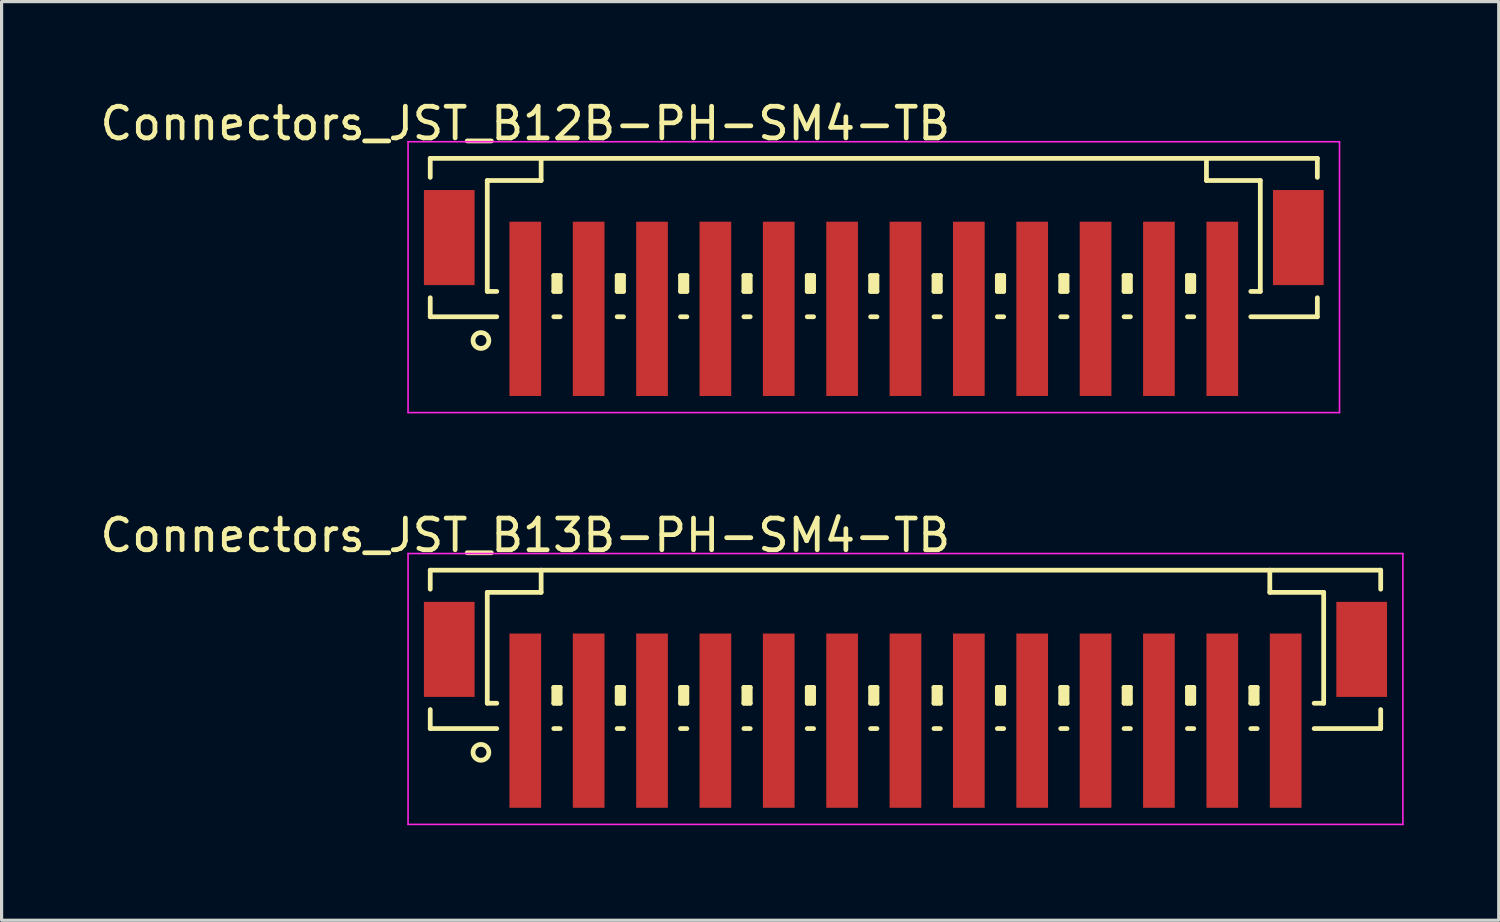
<source format=kicad_pcb>
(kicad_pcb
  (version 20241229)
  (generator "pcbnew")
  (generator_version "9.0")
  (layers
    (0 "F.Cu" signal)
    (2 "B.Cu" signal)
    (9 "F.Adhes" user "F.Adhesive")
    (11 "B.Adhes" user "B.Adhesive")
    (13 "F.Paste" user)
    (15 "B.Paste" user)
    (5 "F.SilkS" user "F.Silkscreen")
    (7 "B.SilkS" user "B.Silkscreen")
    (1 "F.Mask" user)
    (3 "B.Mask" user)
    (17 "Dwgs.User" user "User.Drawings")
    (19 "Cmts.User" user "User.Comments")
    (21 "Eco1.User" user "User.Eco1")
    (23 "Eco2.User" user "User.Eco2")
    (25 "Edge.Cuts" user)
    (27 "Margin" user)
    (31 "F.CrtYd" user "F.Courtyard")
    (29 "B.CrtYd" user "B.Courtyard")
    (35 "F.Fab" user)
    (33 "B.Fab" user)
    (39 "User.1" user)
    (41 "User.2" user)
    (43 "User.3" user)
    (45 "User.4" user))
  (footprint "Connectors_JST_B12B-PH-SM4-TB"
    (layer "F.Cu")
    (at 24.53 5.573)
    (property "Reference" "Connectors_JST_B12B-PH-SM4-TB" (at -11 -4.725 0) (layer "F.SilkS") (effects (font (size 1 1) (thickness 0.15))))
    (attr smd)
    (fp_line (start -14 -3.625) (end 14 -3.625) (stroke (width 0.15) (type solid)) (layer "F.SilkS"))
    (fp_line (start -14 -3.025) (end -14 -3.625) (stroke (width 0.15) (type solid)) (layer "F.SilkS"))
    (fp_line (start -14 0.775) (end -14 1.375) (stroke (width 0.15) (type solid)) (layer "F.SilkS"))
    (fp_line (start -14 1.375) (end -11.9 1.375) (stroke (width 0.15) (type solid)) (layer "F.SilkS"))
    (fp_line (start -12.2 -2.925) (end -12.2 0.575) (stroke (width 0.15) (type solid)) (layer "F.SilkS"))
    (fp_line (start -12.2 0.575) (end -11.9 0.575) (stroke (width 0.15) (type solid)) (layer "F.SilkS"))
    (fp_line (start -10.5 -3.625) (end -10.5 -2.925) (stroke (width 0.15) (type solid)) (layer "F.SilkS"))
    (fp_line (start -10.5 -2.925) (end -12.2 -2.925) (stroke (width 0.15) (type solid)) (layer "F.SilkS"))
    (fp_line (start -10.1 0.075) (end -9.9 0.075) (stroke (width 0.15) (type solid)) (layer "F.SilkS"))
    (fp_line (start -10.1 0.575) (end -10.1 0.075) (stroke (width 0.15) (type solid)) (layer "F.SilkS"))
    (fp_line (start -10.1 0.575) (end -9.9 0.575) (stroke (width 0.15) (type solid)) (layer "F.SilkS"))
    (fp_line (start -10.1 1.375) (end -9.9 1.375) (stroke (width 0.15) (type solid)) (layer "F.SilkS"))
    (fp_line (start -10 0.575) (end -10 0.075) (stroke (width 0.15) (type solid)) (layer "F.SilkS"))
    (fp_line (start -9.9 0.075) (end -9.9 0.575) (stroke (width 0.15) (type solid)) (layer "F.SilkS"))
    (fp_line (start -8.1 0.075) (end -7.9 0.075) (stroke (width 0.15) (type solid)) (layer "F.SilkS"))
    (fp_line (start -8.1 0.575) (end -8.1 0.075) (stroke (width 0.15) (type solid)) (layer "F.SilkS"))
    (fp_line (start -8.1 0.575) (end -7.9 0.575) (stroke (width 0.15) (type solid)) (layer "F.SilkS"))
    (fp_line (start -8.1 1.375) (end -7.9 1.375) (stroke (width 0.15) (type solid)) (layer "F.SilkS"))
    (fp_line (start -8 0.575) (end -8 0.075) (stroke (width 0.15) (type solid)) (layer "F.SilkS"))
    (fp_line (start -7.9 0.075) (end -7.9 0.575) (stroke (width 0.15) (type solid)) (layer "F.SilkS"))
    (fp_line (start -6.1 0.075) (end -5.9 0.075) (stroke (width 0.15) (type solid)) (layer "F.SilkS"))
    (fp_line (start -6.1 0.575) (end -6.1 0.075) (stroke (width 0.15) (type solid)) (layer "F.SilkS"))
    (fp_line (start -6.1 0.575) (end -5.9 0.575) (stroke (width 0.15) (type solid)) (layer "F.SilkS"))
    (fp_line (start -6.1 1.375) (end -5.9 1.375) (stroke (width 0.15) (type solid)) (layer "F.SilkS"))
    (fp_line (start -6 0.575) (end -6 0.075) (stroke (width 0.15) (type solid)) (layer "F.SilkS"))
    (fp_line (start -5.9 0.075) (end -5.9 0.575) (stroke (width 0.15) (type solid)) (layer "F.SilkS"))
    (fp_line (start -4.1 0.075) (end -3.9 0.075) (stroke (width 0.15) (type solid)) (layer "F.SilkS"))
    (fp_line (start -4.1 0.575) (end -4.1 0.075) (stroke (width 0.15) (type solid)) (layer "F.SilkS"))
    (fp_line (start -4.1 0.575) (end -3.9 0.575) (stroke (width 0.15) (type solid)) (layer "F.SilkS"))
    (fp_line (start -4.1 1.375) (end -3.9 1.375) (stroke (width 0.15) (type solid)) (layer "F.SilkS"))
    (fp_line (start -4 0.575) (end -4 0.075) (stroke (width 0.15) (type solid)) (layer "F.SilkS"))
    (fp_line (start -3.9 0.075) (end -3.9 0.575) (stroke (width 0.15) (type solid)) (layer "F.SilkS"))
    (fp_line (start -2.1 0.075) (end -1.9 0.075) (stroke (width 0.15) (type solid)) (layer "F.SilkS"))
    (fp_line (start -2.1 0.575) (end -2.1 0.075) (stroke (width 0.15) (type solid)) (layer "F.SilkS"))
    (fp_line (start -2.1 0.575) (end -1.9 0.575) (stroke (width 0.15) (type solid)) (layer "F.SilkS"))
    (fp_line (start -2.1 1.375) (end -1.9 1.375) (stroke (width 0.15) (type solid)) (layer "F.SilkS"))
    (fp_line (start -2 0.575) (end -2 0.075) (stroke (width 0.15) (type solid)) (layer "F.SilkS"))
    (fp_line (start -1.9 0.075) (end -1.9 0.575) (stroke (width 0.15) (type solid)) (layer "F.SilkS"))
    (fp_line (start -0.1 0.075) (end 0.1 0.075) (stroke (width 0.15) (type solid)) (layer "F.SilkS"))
    (fp_line (start -0.1 0.575) (end -0.1 0.075) (stroke (width 0.15) (type solid)) (layer "F.SilkS"))
    (fp_line (start -0.1 0.575) (end 0.1 0.575) (stroke (width 0.15) (type solid)) (layer "F.SilkS"))
    (fp_line (start -0.1 1.375) (end 0.1 1.375) (stroke (width 0.15) (type solid)) (layer "F.SilkS"))
    (fp_line (start 0 0.575) (end 0 0.075) (stroke (width 0.15) (type solid)) (layer "F.SilkS"))
    (fp_line (start 0.1 0.075) (end 0.1 0.575) (stroke (width 0.15) (type solid)) (layer "F.SilkS"))
    (fp_line (start 1.9 0.075) (end 2.1 0.075) (stroke (width 0.15) (type solid)) (layer "F.SilkS"))
    (fp_line (start 1.9 0.575) (end 1.9 0.075) (stroke (width 0.15) (type solid)) (layer "F.SilkS"))
    (fp_line (start 1.9 0.575) (end 2.1 0.575) (stroke (width 0.15) (type solid)) (layer "F.SilkS"))
    (fp_line (start 1.9 1.375) (end 2.1 1.375) (stroke (width 0.15) (type solid)) (layer "F.SilkS"))
    (fp_line (start 2 0.575) (end 2 0.075) (stroke (width 0.15) (type solid)) (layer "F.SilkS"))
    (fp_line (start 2.1 0.075) (end 2.1 0.575) (stroke (width 0.15) (type solid)) (layer "F.SilkS"))
    (fp_line (start 3.9 0.075) (end 4.1 0.075) (stroke (width 0.15) (type solid)) (layer "F.SilkS"))
    (fp_line (start 3.9 0.575) (end 3.9 0.075) (stroke (width 0.15) (type solid)) (layer "F.SilkS"))
    (fp_line (start 3.9 0.575) (end 4.1 0.575) (stroke (width 0.15) (type solid)) (layer "F.SilkS"))
    (fp_line (start 3.9 1.375) (end 4.1 1.375) (stroke (width 0.15) (type solid)) (layer "F.SilkS"))
    (fp_line (start 4 0.575) (end 4 0.075) (stroke (width 0.15) (type solid)) (layer "F.SilkS"))
    (fp_line (start 4.1 0.075) (end 4.1 0.575) (stroke (width 0.15) (type solid)) (layer "F.SilkS"))
    (fp_line (start 5.9 0.075) (end 6.1 0.075) (stroke (width 0.15) (type solid)) (layer "F.SilkS"))
    (fp_line (start 5.9 0.575) (end 5.9 0.075) (stroke (width 0.15) (type solid)) (layer "F.SilkS"))
    (fp_line (start 5.9 0.575) (end 6.1 0.575) (stroke (width 0.15) (type solid)) (layer "F.SilkS"))
    (fp_line (start 5.9 1.375) (end 6.1 1.375) (stroke (width 0.15) (type solid)) (layer "F.SilkS"))
    (fp_line (start 6 0.575) (end 6 0.075) (stroke (width 0.15) (type solid)) (layer "F.SilkS"))
    (fp_line (start 6.1 0.075) (end 6.1 0.575) (stroke (width 0.15) (type solid)) (layer "F.SilkS"))
    (fp_line (start 7.9 0.075) (end 8.1 0.075) (stroke (width 0.15) (type solid)) (layer "F.SilkS"))
    (fp_line (start 7.9 0.575) (end 7.9 0.075) (stroke (width 0.15) (type solid)) (layer "F.SilkS"))
    (fp_line (start 7.9 0.575) (end 8.1 0.575) (stroke (width 0.15) (type solid)) (layer "F.SilkS"))
    (fp_line (start 7.9 1.375) (end 8.1 1.375) (stroke (width 0.15) (type solid)) (layer "F.SilkS"))
    (fp_line (start 8 0.575) (end 8 0.075) (stroke (width 0.15) (type solid)) (layer "F.SilkS"))
    (fp_line (start 8.1 0.075) (end 8.1 0.575) (stroke (width 0.15) (type solid)) (layer "F.SilkS"))
    (fp_line (start 9.9 0.075) (end 10.1 0.075) (stroke (width 0.15) (type solid)) (layer "F.SilkS"))
    (fp_line (start 9.9 0.575) (end 9.9 0.075) (stroke (width 0.15) (type solid)) (layer "F.SilkS"))
    (fp_line (start 9.9 0.575) (end 10.1 0.575) (stroke (width 0.15) (type solid)) (layer "F.SilkS"))
    (fp_line (start 9.9 1.375) (end 10.1 1.375) (stroke (width 0.15) (type solid)) (layer "F.SilkS"))
    (fp_line (start 10 0.575) (end 10 0.075) (stroke (width 0.15) (type solid)) (layer "F.SilkS"))
    (fp_line (start 10.1 0.075) (end 10.1 0.575) (stroke (width 0.15) (type solid)) (layer "F.SilkS"))
    (fp_line (start 10.5 -3.625) (end 10.5 -2.925) (stroke (width 0.15) (type solid)) (layer "F.SilkS"))
    (fp_line (start 10.5 -2.925) (end 12.2 -2.925) (stroke (width 0.15) (type solid)) (layer "F.SilkS"))
    (fp_line (start 12.2 -2.925) (end 12.2 0.575) (stroke (width 0.15) (type solid)) (layer "F.SilkS"))
    (fp_line (start 12.2 0.575) (end 11.9 0.575) (stroke (width 0.15) (type solid)) (layer "F.SilkS"))
    (fp_line (start 14 -3.625) (end 14 -3.025) (stroke (width 0.15) (type solid)) (layer "F.SilkS"))
    (fp_line (start 14 0.775) (end 14 1.375) (stroke (width 0.15) (type solid)) (layer "F.SilkS"))
    (fp_line (start 14 1.375) (end 11.9 1.375) (stroke (width 0.15) (type solid)) (layer "F.SilkS"))
    (fp_circle (center -12.4 2.125) (end -12.15 2.125) (stroke (width 0.15) (type solid)) (fill no) (layer "F.SilkS"))
    (fp_line (start -14.7 -4.15) (end 14.7 -4.15) (stroke (width 0.05) (type solid)) (layer "F.CrtYd"))
    (fp_line (start -14.7 4.4) (end -14.7 -4.15) (stroke (width 0.05) (type solid)) (layer "F.CrtYd"))
    (fp_line (start 14.7 -4.15) (end 14.7 4.4) (stroke (width 0.05) (type solid)) (layer "F.CrtYd"))
    (fp_line (start 14.7 4.4) (end -14.7 4.4) (stroke (width 0.05) (type solid)) (layer "F.CrtYd"))
    (pad "" smd rect (at -13.4 -1.125) (size 1.6 3) (layers "F.Cu" "F.Mask" "F.Paste"))
    (pad "" smd rect (at 13.4 -1.125) (size 1.6 3) (layers "F.Cu" "F.Mask" "F.Paste"))
    (pad "1" smd rect (at -11 1.125) (size 1 5.5) (layers "F.Cu" "F.Mask" "F.Paste"))
    (pad "2" smd rect (at -9 1.125) (size 1 5.5) (layers "F.Cu" "F.Mask" "F.Paste"))
    (pad "3" smd rect (at -7 1.125) (size 1 5.5) (layers "F.Cu" "F.Mask" "F.Paste"))
    (pad "4" smd rect (at -5 1.125) (size 1 5.5) (layers "F.Cu" "F.Mask" "F.Paste"))
    (pad "5" smd rect (at -3 1.125) (size 1 5.5) (layers "F.Cu" "F.Mask" "F.Paste"))
    (pad "6" smd rect (at -1 1.125) (size 1 5.5) (layers "F.Cu" "F.Mask" "F.Paste"))
    (pad "7" smd rect (at 1 1.125) (size 1 5.5) (layers "F.Cu" "F.Mask" "F.Paste"))
    (pad "8" smd rect (at 3 1.125) (size 1 5.5) (layers "F.Cu" "F.Mask" "F.Paste"))
    (pad "9" smd rect (at 5 1.125) (size 1 5.5) (layers "F.Cu" "F.Mask" "F.Paste"))
    (pad "10" smd rect (at 7 1.125) (size 1 5.5) (layers "F.Cu" "F.Mask" "F.Paste"))
    (pad "11" smd rect (at 9 1.125) (size 1 5.5) (layers "F.Cu" "F.Mask" "F.Paste"))
    (pad "12" smd rect (at 11 1.125) (size 1 5.5) (layers "F.Cu" "F.Mask" "F.Paste")))
  (footprint "Connectors_JST_B13B-PH-SM4-TB"
    (layer "F.Cu")
    (at 25.53 18.572)
    (property "Reference" "Connectors_JST_B13B-PH-SM4-TB" (at -12 -4.725 0) (layer "F.SilkS") (effects (font (size 1 1) (thickness 0.15))))
    (attr smd)
    (fp_line (start -15 -3.625) (end 15 -3.625) (stroke (width 0.15) (type solid)) (layer "F.SilkS"))
    (fp_line (start -15 -3.025) (end -15 -3.625) (stroke (width 0.15) (type solid)) (layer "F.SilkS"))
    (fp_line (start -15 0.775) (end -15 1.375) (stroke (width 0.15) (type solid)) (layer "F.SilkS"))
    (fp_line (start -15 1.375) (end -12.9 1.375) (stroke (width 0.15) (type solid)) (layer "F.SilkS"))
    (fp_line (start -13.2 -2.925) (end -13.2 0.575) (stroke (width 0.15) (type solid)) (layer "F.SilkS"))
    (fp_line (start -13.2 0.575) (end -12.9 0.575) (stroke (width 0.15) (type solid)) (layer "F.SilkS"))
    (fp_line (start -11.5 -3.625) (end -11.5 -2.925) (stroke (width 0.15) (type solid)) (layer "F.SilkS"))
    (fp_line (start -11.5 -2.925) (end -13.2 -2.925) (stroke (width 0.15) (type solid)) (layer "F.SilkS"))
    (fp_line (start -11.1 0.075) (end -10.9 0.075) (stroke (width 0.15) (type solid)) (layer "F.SilkS"))
    (fp_line (start -11.1 0.575) (end -11.1 0.075) (stroke (width 0.15) (type solid)) (layer "F.SilkS"))
    (fp_line (start -11.1 0.575) (end -10.9 0.575) (stroke (width 0.15) (type solid)) (layer "F.SilkS"))
    (fp_line (start -11.1 1.375) (end -10.9 1.375) (stroke (width 0.15) (type solid)) (layer "F.SilkS"))
    (fp_line (start -11 0.575) (end -11 0.075) (stroke (width 0.15) (type solid)) (layer "F.SilkS"))
    (fp_line (start -10.9 0.075) (end -10.9 0.575) (stroke (width 0.15) (type solid)) (layer "F.SilkS"))
    (fp_line (start -9.1 0.075) (end -8.9 0.075) (stroke (width 0.15) (type solid)) (layer "F.SilkS"))
    (fp_line (start -9.1 0.575) (end -9.1 0.075) (stroke (width 0.15) (type solid)) (layer "F.SilkS"))
    (fp_line (start -9.1 0.575) (end -8.9 0.575) (stroke (width 0.15) (type solid)) (layer "F.SilkS"))
    (fp_line (start -9.1 1.375) (end -8.9 1.375) (stroke (width 0.15) (type solid)) (layer "F.SilkS"))
    (fp_line (start -9 0.575) (end -9 0.075) (stroke (width 0.15) (type solid)) (layer "F.SilkS"))
    (fp_line (start -8.9 0.075) (end -8.9 0.575) (stroke (width 0.15) (type solid)) (layer "F.SilkS"))
    (fp_line (start -7.1 0.075) (end -6.9 0.075) (stroke (width 0.15) (type solid)) (layer "F.SilkS"))
    (fp_line (start -7.1 0.575) (end -7.1 0.075) (stroke (width 0.15) (type solid)) (layer "F.SilkS"))
    (fp_line (start -7.1 0.575) (end -6.9 0.575) (stroke (width 0.15) (type solid)) (layer "F.SilkS"))
    (fp_line (start -7.1 1.375) (end -6.9 1.375) (stroke (width 0.15) (type solid)) (layer "F.SilkS"))
    (fp_line (start -7 0.575) (end -7 0.075) (stroke (width 0.15) (type solid)) (layer "F.SilkS"))
    (fp_line (start -6.9 0.075) (end -6.9 0.575) (stroke (width 0.15) (type solid)) (layer "F.SilkS"))
    (fp_line (start -5.1 0.075) (end -4.9 0.075) (stroke (width 0.15) (type solid)) (layer "F.SilkS"))
    (fp_line (start -5.1 0.575) (end -5.1 0.075) (stroke (width 0.15) (type solid)) (layer "F.SilkS"))
    (fp_line (start -5.1 0.575) (end -4.9 0.575) (stroke (width 0.15) (type solid)) (layer "F.SilkS"))
    (fp_line (start -5.1 1.375) (end -4.9 1.375) (stroke (width 0.15) (type solid)) (layer "F.SilkS"))
    (fp_line (start -5 0.575) (end -5 0.075) (stroke (width 0.15) (type solid)) (layer "F.SilkS"))
    (fp_line (start -4.9 0.075) (end -4.9 0.575) (stroke (width 0.15) (type solid)) (layer "F.SilkS"))
    (fp_line (start -3.1 0.075) (end -2.9 0.075) (stroke (width 0.15) (type solid)) (layer "F.SilkS"))
    (fp_line (start -3.1 0.575) (end -3.1 0.075) (stroke (width 0.15) (type solid)) (layer "F.SilkS"))
    (fp_line (start -3.1 0.575) (end -2.9 0.575) (stroke (width 0.15) (type solid)) (layer "F.SilkS"))
    (fp_line (start -3.1 1.375) (end -2.9 1.375) (stroke (width 0.15) (type solid)) (layer "F.SilkS"))
    (fp_line (start -3 0.575) (end -3 0.075) (stroke (width 0.15) (type solid)) (layer "F.SilkS"))
    (fp_line (start -2.9 0.075) (end -2.9 0.575) (stroke (width 0.15) (type solid)) (layer "F.SilkS"))
    (fp_line (start -1.1 0.075) (end -0.9 0.075) (stroke (width 0.15) (type solid)) (layer "F.SilkS"))
    (fp_line (start -1.1 0.575) (end -1.1 0.075) (stroke (width 0.15) (type solid)) (layer "F.SilkS"))
    (fp_line (start -1.1 0.575) (end -0.9 0.575) (stroke (width 0.15) (type solid)) (layer "F.SilkS"))
    (fp_line (start -1.1 1.375) (end -0.9 1.375) (stroke (width 0.15) (type solid)) (layer "F.SilkS"))
    (fp_line (start -1 0.575) (end -1 0.075) (stroke (width 0.15) (type solid)) (layer "F.SilkS"))
    (fp_line (start -0.9 0.075) (end -0.9 0.575) (stroke (width 0.15) (type solid)) (layer "F.SilkS"))
    (fp_line (start 0.9 0.075) (end 1.1 0.075) (stroke (width 0.15) (type solid)) (layer "F.SilkS"))
    (fp_line (start 0.9 0.575) (end 0.9 0.075) (stroke (width 0.15) (type solid)) (layer "F.SilkS"))
    (fp_line (start 0.9 0.575) (end 1.1 0.575) (stroke (width 0.15) (type solid)) (layer "F.SilkS"))
    (fp_line (start 0.9 1.375) (end 1.1 1.375) (stroke (width 0.15) (type solid)) (layer "F.SilkS"))
    (fp_line (start 1 0.575) (end 1 0.075) (stroke (width 0.15) (type solid)) (layer "F.SilkS"))
    (fp_line (start 1.1 0.075) (end 1.1 0.575) (stroke (width 0.15) (type solid)) (layer "F.SilkS"))
    (fp_line (start 2.9 0.075) (end 3.1 0.075) (stroke (width 0.15) (type solid)) (layer "F.SilkS"))
    (fp_line (start 2.9 0.575) (end 2.9 0.075) (stroke (width 0.15) (type solid)) (layer "F.SilkS"))
    (fp_line (start 2.9 0.575) (end 3.1 0.575) (stroke (width 0.15) (type solid)) (layer "F.SilkS"))
    (fp_line (start 2.9 1.375) (end 3.1 1.375) (stroke (width 0.15) (type solid)) (layer "F.SilkS"))
    (fp_line (start 3 0.575) (end 3 0.075) (stroke (width 0.15) (type solid)) (layer "F.SilkS"))
    (fp_line (start 3.1 0.075) (end 3.1 0.575) (stroke (width 0.15) (type solid)) (layer "F.SilkS"))
    (fp_line (start 4.9 0.075) (end 5.1 0.075) (stroke (width 0.15) (type solid)) (layer "F.SilkS"))
    (fp_line (start 4.9 0.575) (end 4.9 0.075) (stroke (width 0.15) (type solid)) (layer "F.SilkS"))
    (fp_line (start 4.9 0.575) (end 5.1 0.575) (stroke (width 0.15) (type solid)) (layer "F.SilkS"))
    (fp_line (start 4.9 1.375) (end 5.1 1.375) (stroke (width 0.15) (type solid)) (layer "F.SilkS"))
    (fp_line (start 5 0.575) (end 5 0.075) (stroke (width 0.15) (type solid)) (layer "F.SilkS"))
    (fp_line (start 5.1 0.075) (end 5.1 0.575) (stroke (width 0.15) (type solid)) (layer "F.SilkS"))
    (fp_line (start 6.9 0.075) (end 7.1 0.075) (stroke (width 0.15) (type solid)) (layer "F.SilkS"))
    (fp_line (start 6.9 0.575) (end 6.9 0.075) (stroke (width 0.15) (type solid)) (layer "F.SilkS"))
    (fp_line (start 6.9 0.575) (end 7.1 0.575) (stroke (width 0.15) (type solid)) (layer "F.SilkS"))
    (fp_line (start 6.9 1.375) (end 7.1 1.375) (stroke (width 0.15) (type solid)) (layer "F.SilkS"))
    (fp_line (start 7 0.575) (end 7 0.075) (stroke (width 0.15) (type solid)) (layer "F.SilkS"))
    (fp_line (start 7.1 0.075) (end 7.1 0.575) (stroke (width 0.15) (type solid)) (layer "F.SilkS"))
    (fp_line (start 8.9 0.075) (end 9.1 0.075) (stroke (width 0.15) (type solid)) (layer "F.SilkS"))
    (fp_line (start 8.9 0.575) (end 8.9 0.075) (stroke (width 0.15) (type solid)) (layer "F.SilkS"))
    (fp_line (start 8.9 0.575) (end 9.1 0.575) (stroke (width 0.15) (type solid)) (layer "F.SilkS"))
    (fp_line (start 8.9 1.375) (end 9.1 1.375) (stroke (width 0.15) (type solid)) (layer "F.SilkS"))
    (fp_line (start 9 0.575) (end 9 0.075) (stroke (width 0.15) (type solid)) (layer "F.SilkS"))
    (fp_line (start 9.1 0.075) (end 9.1 0.575) (stroke (width 0.15) (type solid)) (layer "F.SilkS"))
    (fp_line (start 10.9 0.075) (end 11.1 0.075) (stroke (width 0.15) (type solid)) (layer "F.SilkS"))
    (fp_line (start 10.9 0.575) (end 10.9 0.075) (stroke (width 0.15) (type solid)) (layer "F.SilkS"))
    (fp_line (start 10.9 0.575) (end 11.1 0.575) (stroke (width 0.15) (type solid)) (layer "F.SilkS"))
    (fp_line (start 10.9 1.375) (end 11.1 1.375) (stroke (width 0.15) (type solid)) (layer "F.SilkS"))
    (fp_line (start 11 0.575) (end 11 0.075) (stroke (width 0.15) (type solid)) (layer "F.SilkS"))
    (fp_line (start 11.1 0.075) (end 11.1 0.575) (stroke (width 0.15) (type solid)) (layer "F.SilkS"))
    (fp_line (start 11.5 -3.625) (end 11.5 -2.925) (stroke (width 0.15) (type solid)) (layer "F.SilkS"))
    (fp_line (start 11.5 -2.925) (end 13.2 -2.925) (stroke (width 0.15) (type solid)) (layer "F.SilkS"))
    (fp_line (start 13.2 -2.925) (end 13.2 0.575) (stroke (width 0.15) (type solid)) (layer "F.SilkS"))
    (fp_line (start 13.2 0.575) (end 12.9 0.575) (stroke (width 0.15) (type solid)) (layer "F.SilkS"))
    (fp_line (start 15 -3.625) (end 15 -3.025) (stroke (width 0.15) (type solid)) (layer "F.SilkS"))
    (fp_line (start 15 0.775) (end 15 1.375) (stroke (width 0.15) (type solid)) (layer "F.SilkS"))
    (fp_line (start 15 1.375) (end 12.9 1.375) (stroke (width 0.15) (type solid)) (layer "F.SilkS"))
    (fp_circle (center -13.4 2.125) (end -13.15 2.125) (stroke (width 0.15) (type solid)) (fill no) (layer "F.SilkS"))
    (fp_line (start -15.7 -4.15) (end 15.7 -4.15) (stroke (width 0.05) (type solid)) (layer "F.CrtYd"))
    (fp_line (start -15.7 4.4) (end -15.7 -4.15) (stroke (width 0.05) (type solid)) (layer "F.CrtYd"))
    (fp_line (start 15.7 -4.15) (end 15.7 4.4) (stroke (width 0.05) (type solid)) (layer "F.CrtYd"))
    (fp_line (start 15.7 4.4) (end -15.7 4.4) (stroke (width 0.05) (type solid)) (layer "F.CrtYd"))
    (pad "" smd rect (at -14.4 -1.125) (size 1.6 3) (layers "F.Cu" "F.Mask" "F.Paste"))
    (pad "" smd rect (at 14.4 -1.125) (size 1.6 3) (layers "F.Cu" "F.Mask" "F.Paste"))
    (pad "1" smd rect (at -12 1.125) (size 1 5.5) (layers "F.Cu" "F.Mask" "F.Paste"))
    (pad "2" smd rect (at -10 1.125) (size 1 5.5) (layers "F.Cu" "F.Mask" "F.Paste"))
    (pad "3" smd rect (at -8 1.125) (size 1 5.5) (layers "F.Cu" "F.Mask" "F.Paste"))
    (pad "4" smd rect (at -6 1.125) (size 1 5.5) (layers "F.Cu" "F.Mask" "F.Paste"))
    (pad "5" smd rect (at -4 1.125) (size 1 5.5) (layers "F.Cu" "F.Mask" "F.Paste"))
    (pad "6" smd rect (at -2 1.125) (size 1 5.5) (layers "F.Cu" "F.Mask" "F.Paste"))
    (pad "7" smd rect (at 0 1.125) (size 1 5.5) (layers "F.Cu" "F.Mask" "F.Paste"))
    (pad "8" smd rect (at 2 1.125) (size 1 5.5) (layers "F.Cu" "F.Mask" "F.Paste"))
    (pad "9" smd rect (at 4 1.125) (size 1 5.5) (layers "F.Cu" "F.Mask" "F.Paste"))
    (pad "10" smd rect (at 6 1.125) (size 1 5.5) (layers "F.Cu" "F.Mask" "F.Paste"))
    (pad "11" smd rect (at 8 1.125) (size 1 5.5) (layers "F.Cu" "F.Mask" "F.Paste"))
    (pad "12" smd rect (at 10 1.125) (size 1 5.5) (layers "F.Cu" "F.Mask" "F.Paste"))
    (pad "13" smd rect (at 12 1.125) (size 1 5.5) (layers "F.Cu" "F.Mask" "F.Paste")))
  (gr_rect
    (start -3 -3)
    (end 44.255 25.997)
    (stroke (width 0.1) (type default))
    (fill no)
    (layer "Edge.Cuts")))
</source>
